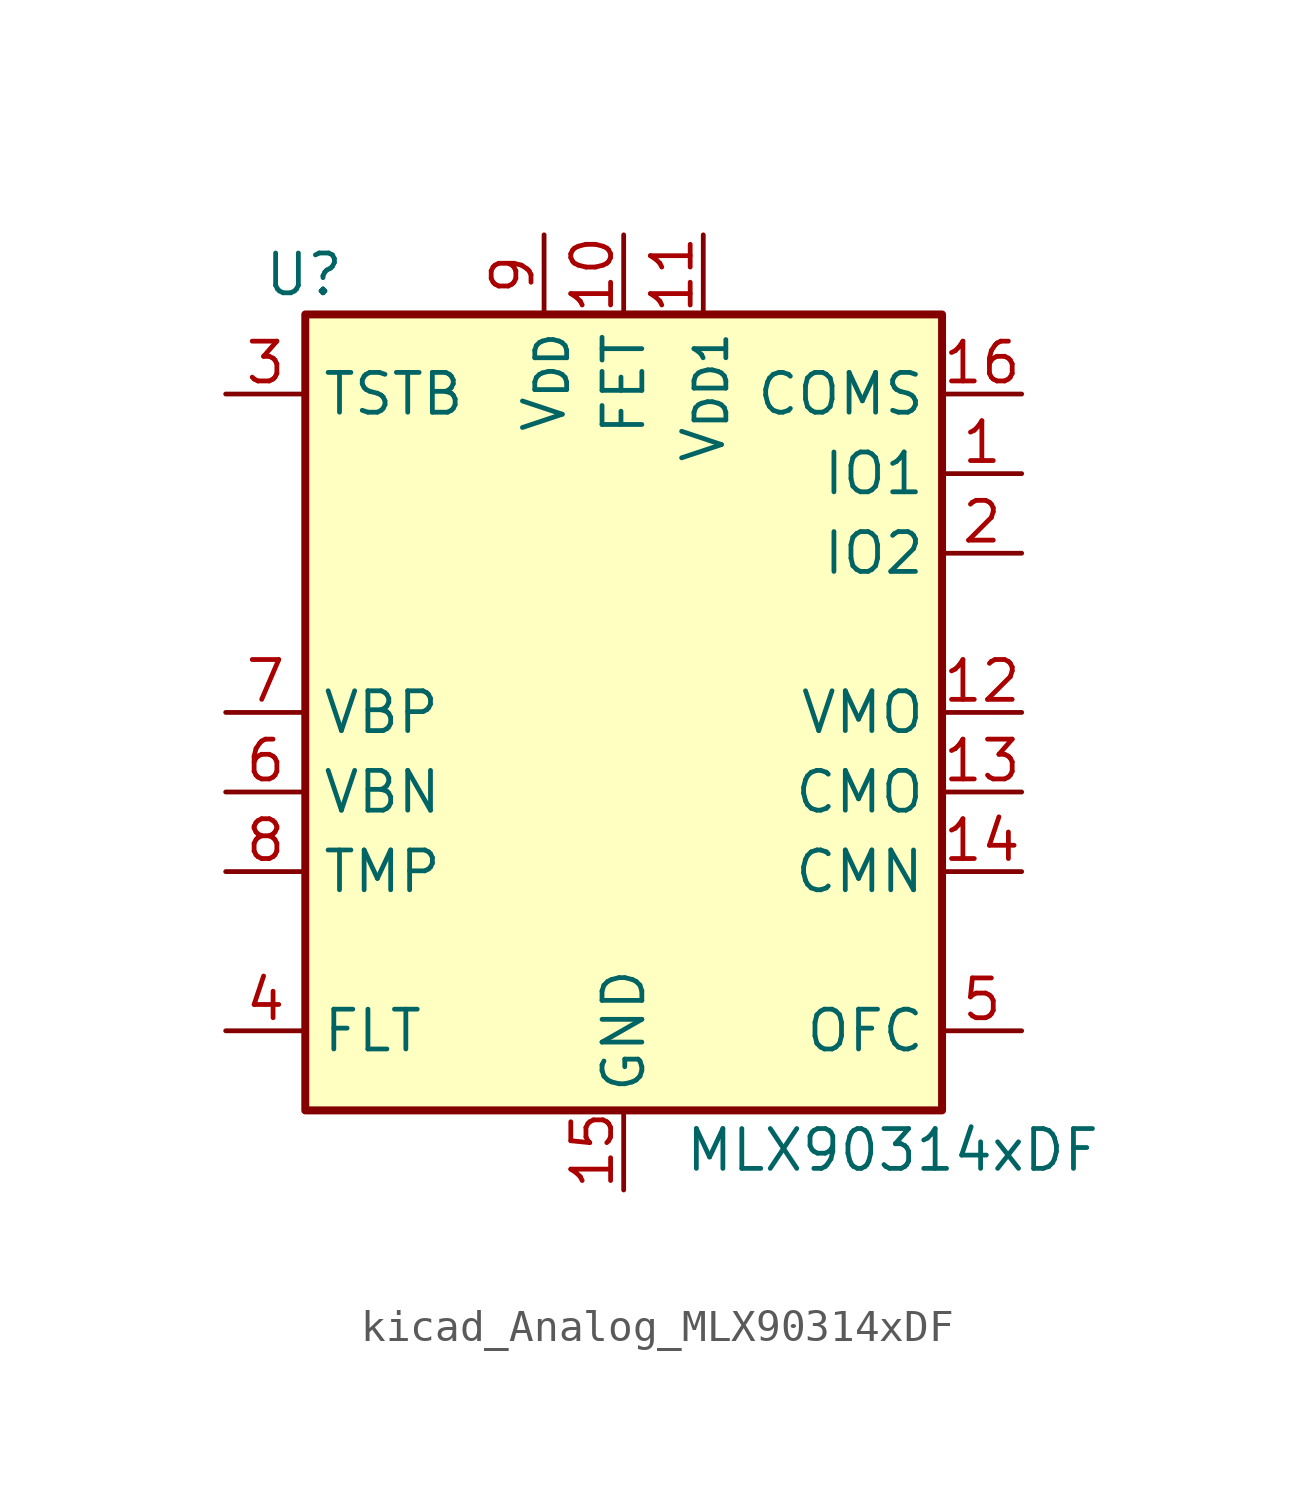
<source format=kicad_sym>
(kicad_symbol_lib
  (version 20220914)
  (generator kicad_symbol_editor)
  (symbol "kicad_Analog_MLX90314xDF"
    (property "Reference" "U"
      (at -8.89 13.97 0)
      (effects (font (size 1.27 1.27)) (justify right)))
    (property "Value" "MLX90314xDF"
      (at 15.24 -13.97 0)
      (effects (font (size 1.27 1.27)) (justify right)))
    (symbol "kicad_Analog_MLX90314xDF_0_1"
      (rectangle (start -10.16 12.7) (end 10.16 -12.7) (stroke (width 0.254) (type default)) (fill (type background))))
    (symbol "kicad_Analog_MLX90314xDF_1_1"
      (pin bidirectional line (at 12.7 7.62 180) (length 2.54) (name "IO1" (effects (font (size 1.27 1.27)))) (number "1" (effects (font (size 1.27 1.27)))))
      (pin output line (at 0 15.24 270) (length 2.54) (name "FET" (effects (font (size 1.27 1.27)))) (number "10" (effects (font (size 1.27 1.27)))))
      (pin power_in line (at 2.54 15.24 270) (length 2.54) (name "V_{DD1}" (effects (font (size 1.27 1.27)))) (number "11" (effects (font (size 1.27 1.27)))))
      (pin output line (at 12.7 0 180) (length 2.54) (name "VMO" (effects (font (size 1.27 1.27)))) (number "12" (effects (font (size 1.27 1.27)))))
      (pin output line (at 12.7 -2.54 180) (length 2.54) (name "CMO" (effects (font (size 1.27 1.27)))) (number "13" (effects (font (size 1.27 1.27)))))
      (pin input line (at 12.7 -5.08 180) (length 2.54) (name "CMN" (effects (font (size 1.27 1.27)))) (number "14" (effects (font (size 1.27 1.27)))))
      (pin power_in line (at 0 -15.24 90) (length 2.54) (name "GND" (effects (font (size 1.27 1.27)))) (number "15" (effects (font (size 1.27 1.27)))))
      (pin bidirectional line (at 12.7 10.16 180) (length 2.54) (name "COMS" (effects (font (size 1.27 1.27)))) (number "16" (effects (font (size 1.27 1.27)))))
      (pin bidirectional line (at 12.7 5.08 180) (length 2.54) (name "IO2" (effects (font (size 1.27 1.27)))) (number "2" (effects (font (size 1.27 1.27)))))
      (pin input line (at -12.7 10.16 0) (length 2.54) (name "TSTB" (effects (font (size 1.27 1.27)))) (number "3" (effects (font (size 1.27 1.27)))))
      (pin passive line (at -12.7 -10.16 0) (length 2.54) (name "FLT" (effects (font (size 1.27 1.27)))) (number "4" (effects (font (size 1.27 1.27)))))
      (pin output line (at 12.7 -10.16 180) (length 2.54) (name "OFC" (effects (font (size 1.27 1.27)))) (number "5" (effects (font (size 1.27 1.27)))))
      (pin input line (at -12.7 -2.54 0) (length 2.54) (name "VBN" (effects (font (size 1.27 1.27)))) (number "6" (effects (font (size 1.27 1.27)))))
      (pin input line (at -12.7 0 0) (length 2.54) (name "VBP" (effects (font (size 1.27 1.27)))) (number "7" (effects (font (size 1.27 1.27)))))
      (pin input line (at -12.7 -5.08 0) (length 2.54) (name "TMP" (effects (font (size 1.27 1.27)))) (number "8" (effects (font (size 1.27 1.27)))))
      (pin power_in line (at -2.54 15.24 270) (length 2.54) (name "V_{DD}" (effects (font (size 1.27 1.27)))) (number "9" (effects (font (size 1.27 1.27))))))))
</source>
